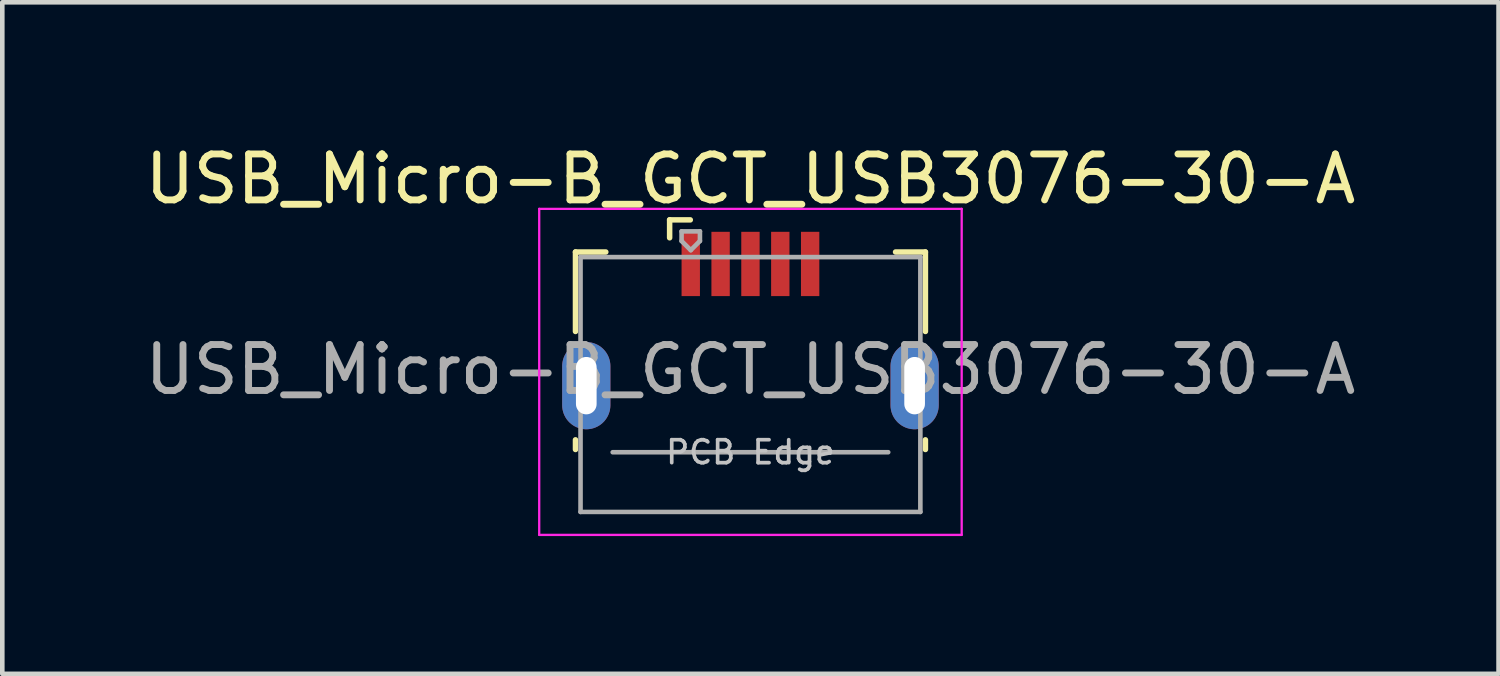
<source format=kicad_pcb>
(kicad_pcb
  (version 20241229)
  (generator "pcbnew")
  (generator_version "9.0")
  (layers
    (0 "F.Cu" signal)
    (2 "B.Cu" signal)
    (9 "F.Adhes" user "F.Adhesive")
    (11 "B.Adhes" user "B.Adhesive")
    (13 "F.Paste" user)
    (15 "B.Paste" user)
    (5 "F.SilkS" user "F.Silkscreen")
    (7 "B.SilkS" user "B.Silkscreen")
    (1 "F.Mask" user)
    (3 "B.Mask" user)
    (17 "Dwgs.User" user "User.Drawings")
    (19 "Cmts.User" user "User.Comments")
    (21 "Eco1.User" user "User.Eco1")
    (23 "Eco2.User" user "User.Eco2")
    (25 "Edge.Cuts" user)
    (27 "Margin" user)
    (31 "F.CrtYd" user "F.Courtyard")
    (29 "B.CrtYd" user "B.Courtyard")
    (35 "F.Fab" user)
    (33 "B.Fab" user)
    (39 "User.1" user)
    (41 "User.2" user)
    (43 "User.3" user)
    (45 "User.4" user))
  (footprint "USB_Micro-B_GCT_USB3076-30-A"
    (layer "F.Cu")
    (at 13.292 4.148)
    (property "Reference" "USB_Micro-B_GCT_USB3076-30-A" (at 0 -3.3 0) (layer "F.SilkS") (effects (font (size 1 1) (thickness 0.15))))
    (attr smd)
    (fp_line (start -3.81 -1.71) (end -3.15 -1.71) (stroke (width 0.12) (type solid)) (layer "F.SilkS"))
    (fp_line (start -3.81 0.02) (end -3.81 -1.71) (stroke (width 0.12) (type solid)) (layer "F.SilkS"))
    (fp_line (start -3.81 2.59) (end -3.81 2.38) (stroke (width 0.12) (type solid)) (layer "F.SilkS"))
    (fp_line (start -1.76 -2.41) (end -1.76 -2.02) (stroke (width 0.12) (type solid)) (layer "F.SilkS"))
    (fp_line (start -1.76 -2.41) (end -1.31 -2.41) (stroke (width 0.12) (type solid)) (layer "F.SilkS"))
    (fp_line (start 3.81 -1.71) (end 3.16 -1.71) (stroke (width 0.12) (type solid)) (layer "F.SilkS"))
    (fp_line (start 3.81 0.02) (end 3.81 -1.71) (stroke (width 0.12) (type solid)) (layer "F.SilkS"))
    (fp_line (start 3.81 2.59) (end 3.81 2.38) (stroke (width 0.12) (type solid)) (layer "F.SilkS"))
    (fp_line (start -4.6 -2.65) (end 4.6 -2.65) (stroke (width 0.05) (type solid)) (layer "F.CrtYd"))
    (fp_line (start -4.6 4.45) (end -4.6 -2.65) (stroke (width 0.05) (type solid)) (layer "F.CrtYd"))
    (fp_line (start -4.6 4.45) (end 4.6 4.45) (stroke (width 0.05) (type solid)) (layer "F.CrtYd"))
    (fp_line (start 4.6 -2.65) (end 4.6 4.45) (stroke (width 0.05) (type solid)) (layer "F.CrtYd"))
    (fp_line (start -3.7 -1.6) (end 3.7 -1.6) (stroke (width 0.1) (type solid)) (layer "F.Fab"))
    (fp_line (start -3.7 3.95) (end -3.7 -1.6) (stroke (width 0.1) (type solid)) (layer "F.Fab"))
    (fp_line (start -3.7 3.95) (end 3.7 3.95) (stroke (width 0.1) (type solid)) (layer "F.Fab"))
    (fp_line (start -3 2.65) (end 3 2.65) (stroke (width 0.1) (type solid)) (layer "F.Fab"))
    (fp_line (start -1.5 -2.16) (end -1.5 -1.95) (stroke (width 0.1) (type solid)) (layer "F.Fab"))
    (fp_line (start -1.5 -2.16) (end -1.1 -2.16) (stroke (width 0.1) (type solid)) (layer "F.Fab"))
    (fp_line (start -1.3 -1.75) (end -1.5 -1.95) (stroke (width 0.1) (type solid)) (layer "F.Fab"))
    (fp_line (start -1.1 -2.16) (end -1.1 -1.95) (stroke (width 0.1) (type solid)) (layer "F.Fab"))
    (fp_line (start -1.1 -1.95) (end -1.3 -1.75) (stroke (width 0.1) (type solid)) (layer "F.Fab"))
    (fp_line (start 3.7 3.95) (end 3.7 -1.6) (stroke (width 0.1) (type solid)) (layer "F.Fab"))
    (fp_text user "PCB Edge" (at 0 2.65 0) (layer "Dwgs.User") (effects (font (size 0.5 0.5) (thickness 0.08))))
    (fp_text user "${REFERENCE}" (at 0 0.85 0) (layer "F.Fab") (effects (font (size 1 1) (thickness 0.15))))
    (pad "1" smd rect (at -1.3 -1.45) (size 0.4 1.4) (layers "F.Cu" "F.Mask" "F.Paste"))
    (pad "2" smd rect (at -0.65 -1.45) (size 0.4 1.4) (layers "F.Cu" "F.Mask" "F.Paste"))
    (pad "3" smd rect (at 0 -1.45) (size 0.4 1.4) (layers "F.Cu" "F.Mask" "F.Paste"))
    (pad "4" smd rect (at 0.65 -1.45) (size 0.4 1.4) (layers "F.Cu" "F.Mask" "F.Paste"))
    (pad "5" smd rect (at 1.3 -1.45) (size 0.4 1.4) (layers "F.Cu" "F.Mask" "F.Paste"))
    (pad "6" thru_hole oval (at -3.575 1.2 180) (size 1.05 1.9) (drill oval 0.45 1.25) (layers "*.Cu" "*.Mask"))
    (pad "6" thru_hole oval (at 3.575 1.2) (size 1.05 1.9) (drill oval 0.45 1.25) (layers "*.Cu" "*.Mask")))
  (gr_rect
    (start -3 -3)
    (end 29.583 11.623)
    (stroke (width 0.1) (type default))
    (fill no)
    (layer "Edge.Cuts")))
</source>
